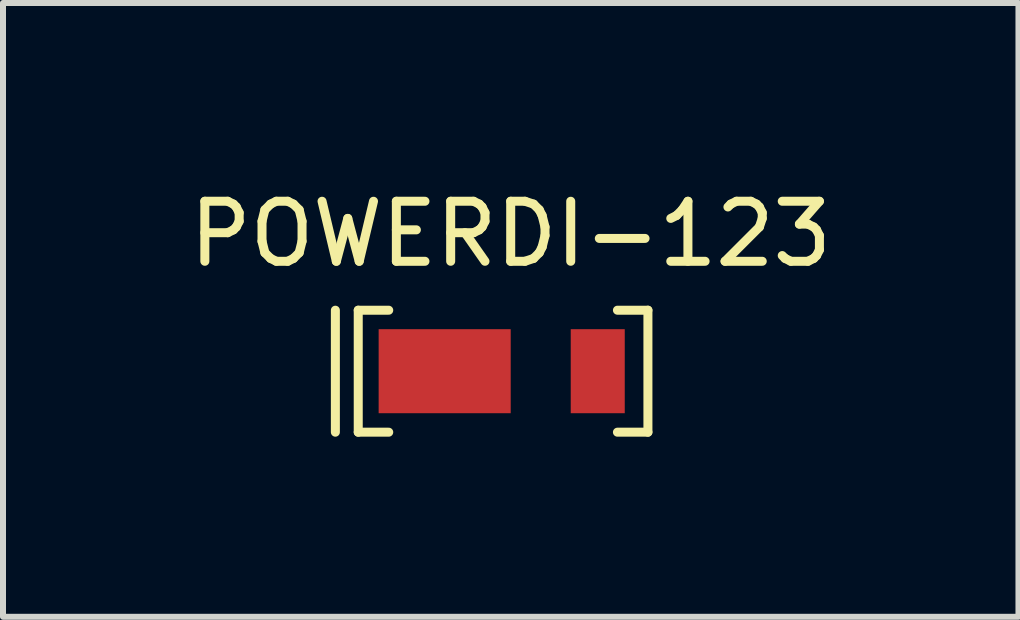
<source format=kicad_pcb>
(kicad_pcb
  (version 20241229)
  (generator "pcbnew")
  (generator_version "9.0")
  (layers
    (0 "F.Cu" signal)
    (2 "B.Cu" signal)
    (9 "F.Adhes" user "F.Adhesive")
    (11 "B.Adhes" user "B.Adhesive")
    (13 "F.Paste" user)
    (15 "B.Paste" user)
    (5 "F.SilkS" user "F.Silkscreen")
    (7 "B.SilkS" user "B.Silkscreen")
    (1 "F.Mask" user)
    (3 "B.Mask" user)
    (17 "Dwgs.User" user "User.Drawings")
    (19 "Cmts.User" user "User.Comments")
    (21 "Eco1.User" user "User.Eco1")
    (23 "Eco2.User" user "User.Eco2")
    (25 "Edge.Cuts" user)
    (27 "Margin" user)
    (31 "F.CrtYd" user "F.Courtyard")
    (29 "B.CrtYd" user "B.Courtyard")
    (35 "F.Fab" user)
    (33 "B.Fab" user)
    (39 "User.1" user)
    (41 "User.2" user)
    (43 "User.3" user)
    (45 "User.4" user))
  (footprint "POWERDI-123"
    (layer "F.Cu")
    (at 5.458 3.134)
    (property "Reference" "POWERDI-123" (at 0 -2.286 0) (layer "F.SilkS") (effects (font (size 1 1) (thickness 0.15))))
    (attr through_hole)
    (fp_line (start -2.921 -1.016) (end -2.921 1.016) (stroke (width 0.15) (type solid)) (layer "F.SilkS"))
    (fp_line (start -2.54 -1.016) (end -2.54 1.016) (stroke (width 0.15) (type solid)) (layer "F.SilkS"))
    (fp_line (start -2.54 1.016) (end -2.032 1.016) (stroke (width 0.15) (type solid)) (layer "F.SilkS"))
    (fp_line (start -2.032 -1.016) (end -2.54 -1.016) (stroke (width 0.15) (type solid)) (layer "F.SilkS"))
    (fp_line (start 2.286 -1.016) (end 1.778 -1.016) (stroke (width 0.15) (type solid)) (layer "F.SilkS"))
    (fp_line (start 2.286 -1.016) (end 2.286 1.016) (stroke (width 0.15) (type solid)) (layer "F.SilkS"))
    (fp_line (start 2.286 1.016) (end 1.778 1.016) (stroke (width 0.15) (type solid)) (layer "F.SilkS"))
    (pad "1" smd rect (at -1.1 0) (size 2.2 1.4) (layers "F.Cu" "F.Mask" "F.Paste"))
    (pad "2" smd rect (at 1.45 0) (size 0.9 1.4) (layers "F.Cu" "F.Mask" "F.Paste")))
  (gr_rect
    (start -3 -3)
    (end 13.917 7.225)
    (stroke (width 0.1) (type default))
    (fill no)
    (layer "Edge.Cuts")))
</source>
